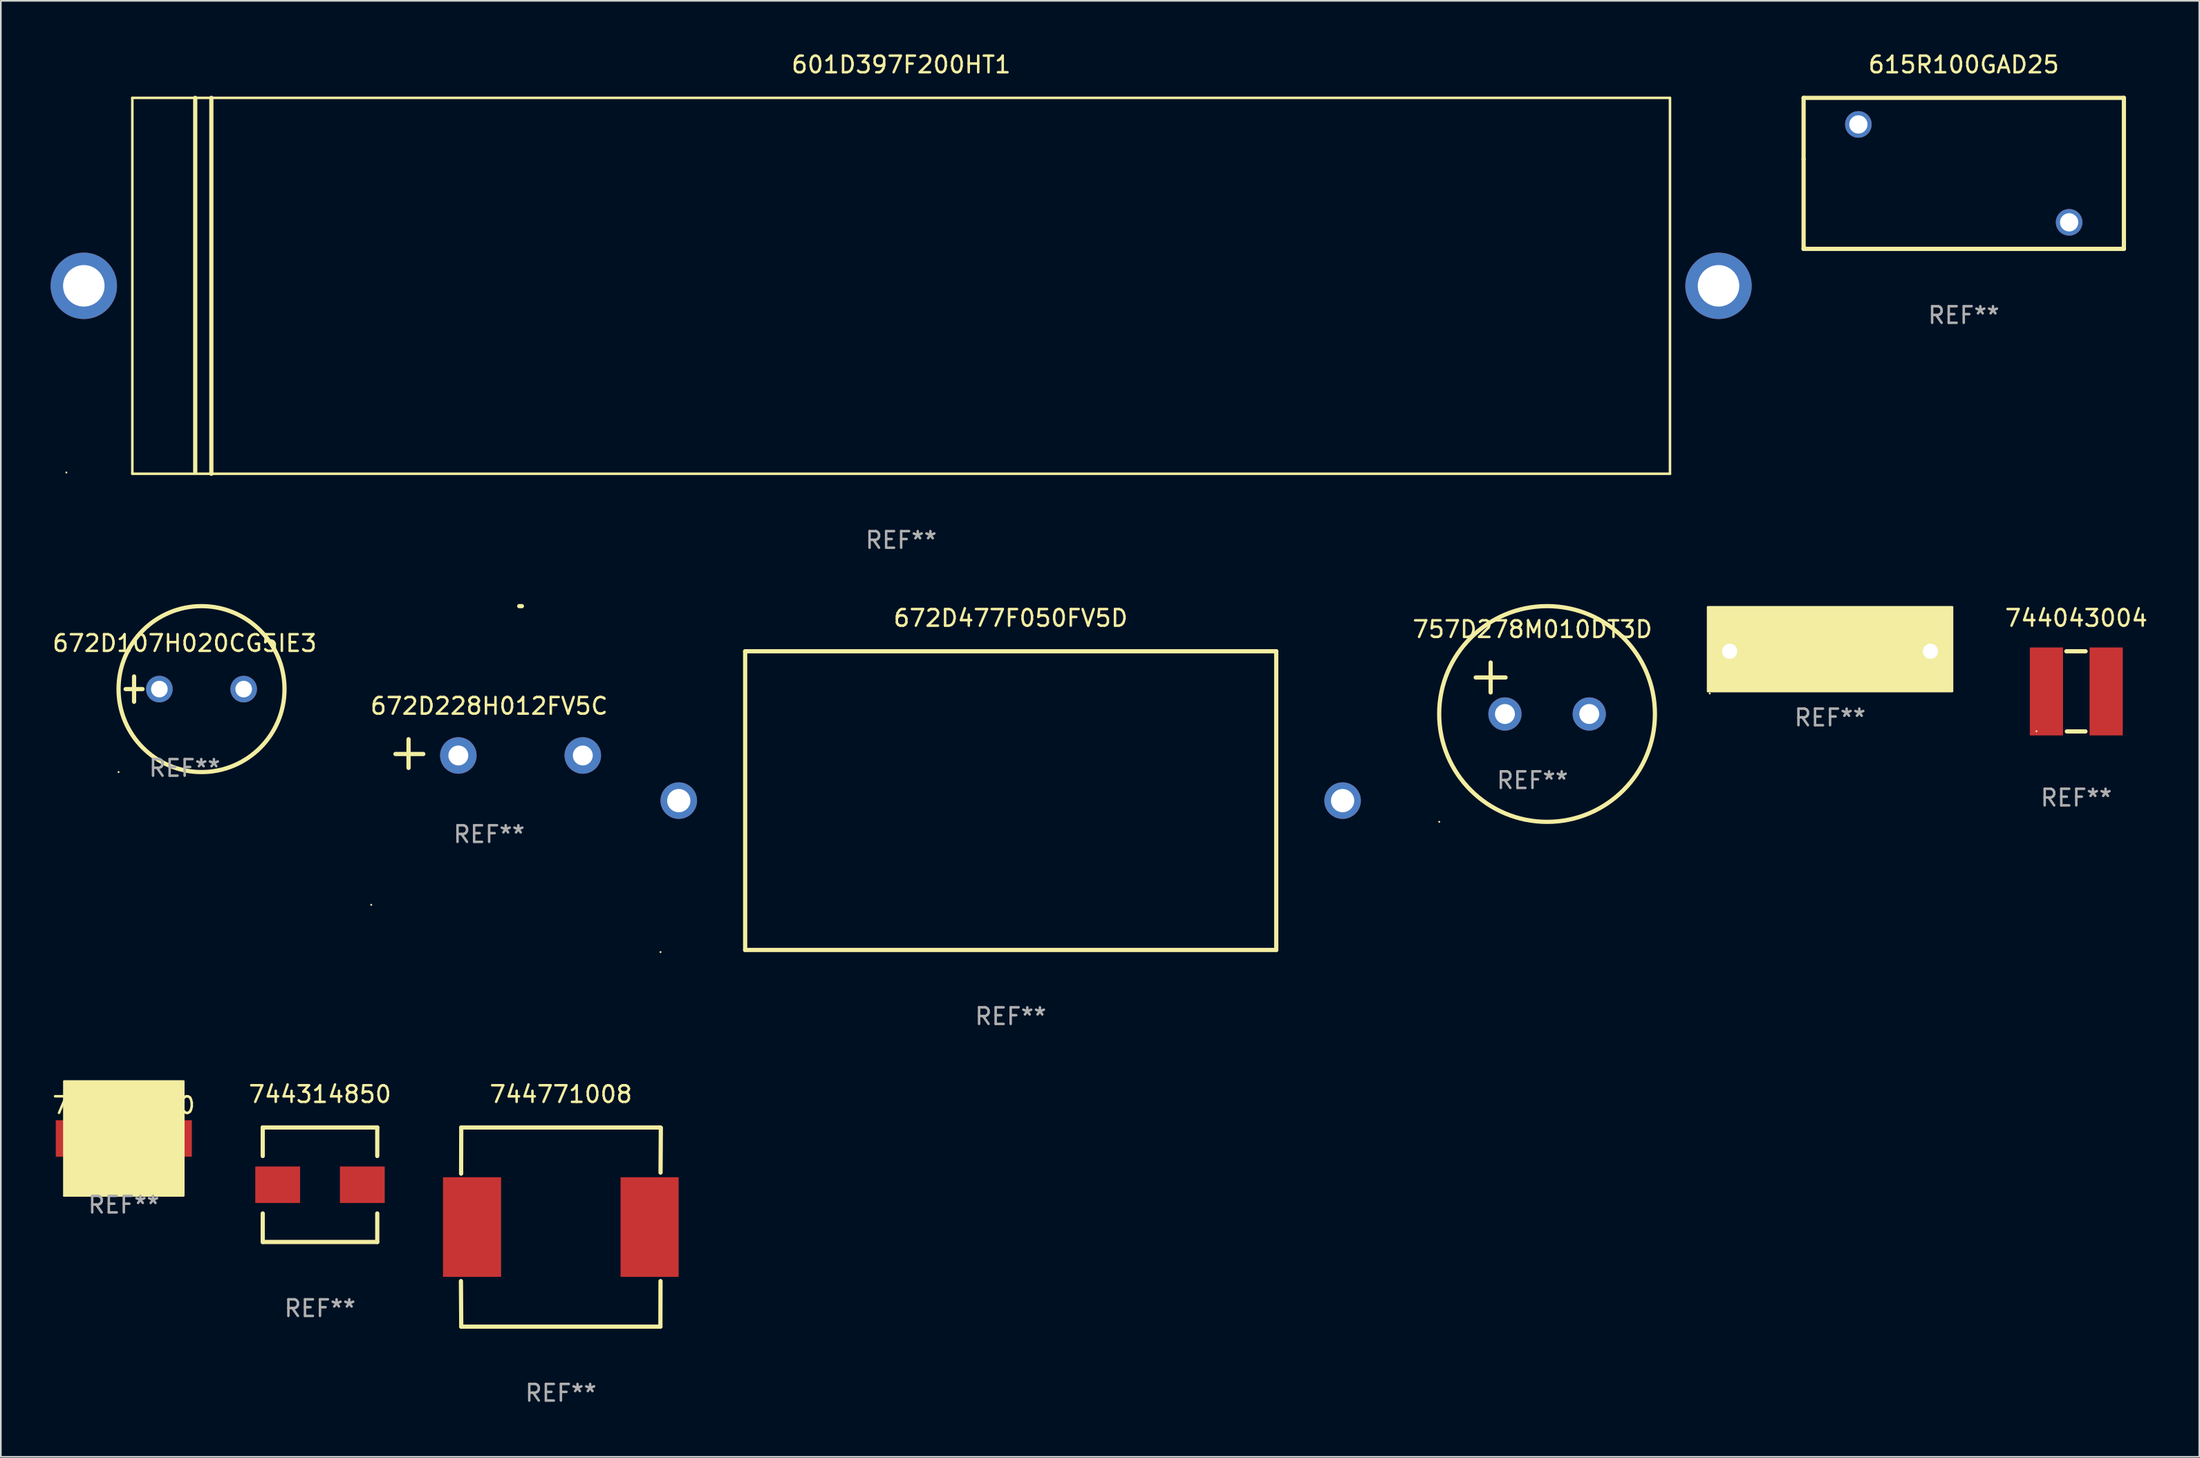
<source format=kicad_pcb>
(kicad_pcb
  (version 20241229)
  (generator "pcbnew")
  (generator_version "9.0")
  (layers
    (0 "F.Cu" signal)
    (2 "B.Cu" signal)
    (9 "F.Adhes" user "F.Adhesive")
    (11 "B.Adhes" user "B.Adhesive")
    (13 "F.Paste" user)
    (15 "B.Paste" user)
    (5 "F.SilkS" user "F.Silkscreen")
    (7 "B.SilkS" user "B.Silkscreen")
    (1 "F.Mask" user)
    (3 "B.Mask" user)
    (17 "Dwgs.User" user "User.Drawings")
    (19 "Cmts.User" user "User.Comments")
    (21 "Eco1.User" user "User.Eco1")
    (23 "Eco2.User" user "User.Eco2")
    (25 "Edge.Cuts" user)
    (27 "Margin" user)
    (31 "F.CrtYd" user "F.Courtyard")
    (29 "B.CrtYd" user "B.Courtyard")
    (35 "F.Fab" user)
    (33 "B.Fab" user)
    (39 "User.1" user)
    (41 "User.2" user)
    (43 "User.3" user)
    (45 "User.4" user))
  (footprint "672D228H012FV5C"
    (layer "F.Cu")
    (at 26.423 42.362)
    (property "Reference" "672D228H012FV5C" (at 0 -2.864 0) (layer "F.SilkS") (effects (font (size 1 1) (thickness 0.15))))
    (attr through_hole)
    (fp_line (start -4.856 0.864) (end -4.856 -0.864) (stroke (width 0.254) (type solid)) (layer "F.SilkS"))
    (fp_line (start -3.967 0.025) (end -5.644 0.025) (stroke (width 0.254) (type solid)) (layer "F.SilkS"))
    (fp_arc (start 1.815024 -8.885649) (mid 1.893764 -8.88599) (end 1.972504 -8.885649) (stroke (width 0.254001) (type solid)) (layer "F.SilkS"))
    (fp_circle (center -7.106 9.114) (end -7.076 9.114) (stroke (width 0.06) (type solid)) (fill no) (layer "F.SilkS"))
    (fp_text user "REF**" (at 0 4.864 0) (layer "F.Fab") (effects (font (size 1 1) (thickness 0.15))))
    (pad "1" thru_hole circle (at -1.856 0.114) (size 2.2 2.2) (drill 1.2) (layers "*.Cu" "*.Mask"))
    (pad "2" thru_hole circle (at 5.644 0.114) (size 2.2 2.2) (drill 1.2) (layers "*.Cu" "*.Mask")))
  (footprint "87043-73_RN"
    (layer "F.Cu")
    (at 107.222 36.197)
    (property "Reference" "87043-73_RN" (at 0 -2 0) (layer "F.SilkS") (effects (font (size 1 1) (thickness 0.15))))
    (attr through_hole)
    (fp_circle (center -7.25 2.54) (end -7.22 2.54) (stroke (width 0.06) (type solid)) (fill no) (layer "F.SilkS"))
    (fp_poly (pts (xy -7.366 -2.667) (xy 7.366 -2.667) (xy 7.366 2.413) (xy -7.366 2.413)) (stroke (width 0.12) (type solid)) (fill yes) (layer "F.SilkS"))
    (fp_text user "REF**" (at 0 4 0) (layer "F.Fab") (effects (font (size 1 1) (thickness 0.15))))
    (pad "1" thru_hole circle (at -6.05 0) (size 1.524 1.524) (drill 0.914) (layers "*.Cu" "*.Mask"))
    (pad "2" thru_hole circle (at 6.05 0) (size 1.524 1.524) (drill 0.914) (layers "*.Cu" "*.Mask")))
  (footprint "601D397F200HT1"
    (layer "F.Cu")
    (at 51.25 14.174)
    (property "Reference" "601D397F200HT1" (at 0 -13.326 0) (layer "F.SilkS") (effects (font (size 1 1) (thickness 0.15))))
    (attr through_hole)
    (fp_line (start -46.326 -11.326) (end 46.326 -11.326) (stroke (width 0.152) (type solid)) (layer "F.SilkS"))
    (fp_line (start -46.326 11.326) (end -46.326 -11.326) (stroke (width 0.152) (type solid)) (layer "F.SilkS"))
    (fp_line (start -42.537 -11.326) (end -42.537 11.2) (stroke (width 0.254) (type solid)) (layer "F.SilkS"))
    (fp_line (start -41.565 -11.326) (end -41.565 11.326) (stroke (width 0.254) (type solid)) (layer "F.SilkS"))
    (fp_line (start 46.326 -11.326) (end 46.326 11.326) (stroke (width 0.152) (type solid)) (layer "F.SilkS"))
    (fp_line (start 46.326 11.326) (end -46.326 11.326) (stroke (width 0.152) (type solid)) (layer "F.SilkS"))
    (fp_circle (center -50.3 11.25) (end -50.27 11.25) (stroke (width 0.06) (type solid)) (fill no) (layer "F.SilkS"))
    (fp_text user "REF**" (at 0 15.326 0) (layer "F.Fab") (effects (font (size 1 1) (thickness 0.15))))
    (pad "1" thru_hole circle (at -49.25 -0.000013) (size 4 4) (drill 2.5) (layers "*.Cu" "*.Mask"))
    (pad "2" thru_hole circle (at 49.25 -0.000013) (size 4 4) (drill 2.5) (layers "*.Cu" "*.Mask")))
  (footprint "615R100GAD25"
    (layer "F.Cu")
    (at 115.277 7.398)
    (property "Reference" "615R100GAD25" (at 0 -6.55 0) (layer "F.SilkS") (effects (font (size 1 1) (thickness 0.15))))
    (attr through_hole)
    (fp_line (start -9.65 -4.55) (end -9.65 -0.85) (stroke (width 0.254) (type solid)) (layer "F.SilkS"))
    (fp_line (start -9.65 -0.85) (end -9.65 4.55) (stroke (width 0.254) (type solid)) (layer "F.SilkS"))
    (fp_line (start -9.65 4.55) (end 9.65 4.55) (stroke (width 0.254) (type solid)) (layer "F.SilkS"))
    (fp_line (start 9.65 -4.55) (end -9.65 -4.55) (stroke (width 0.254) (type solid)) (layer "F.SilkS"))
    (fp_line (start 9.65 4.55) (end 9.65 -4.55) (stroke (width 0.254) (type solid)) (layer "F.SilkS"))
    (fp_circle (center -9.55 4.45) (end -9.52 4.45) (stroke (width 0.06) (type solid)) (fill no) (layer "F.SilkS"))
    (fp_text user "REF**" (at 0 8.55 0) (layer "F.Fab") (effects (font (size 1 1) (thickness 0.15))))
    (pad "1" thru_hole circle (at -6.35 -2.95) (size 1.6 1.6) (drill 1.1) (layers "*.Cu" "*.Mask"))
    (pad "2" thru_hole circle (at 6.35 2.95) (size 1.6 1.6) (drill 1.1) (layers "*.Cu" "*.Mask")))
  (footprint "672D477F050FV5D"
    (layer "F.Cu")
    (at 57.85 45.197)
    (property "Reference" "672D477F050FV5D" (at 0 -11 0) (layer "F.SilkS") (effects (font (size 1 1) (thickness 0.15))))
    (attr through_hole)
    (fp_line (start -16 -9) (end 16 -9) (stroke (width 0.254) (type solid)) (layer "F.SilkS"))
    (fp_line (start -16 9) (end -16 -9) (stroke (width 0.254) (type solid)) (layer "F.SilkS"))
    (fp_line (start 16 -9) (end 16 9) (stroke (width 0.254) (type solid)) (layer "F.SilkS"))
    (fp_line (start 16 9) (end -16 9) (stroke (width 0.254) (type solid)) (layer "F.SilkS"))
    (fp_circle (center -21.1 9.127) (end -21.07 9.127) (stroke (width 0.06) (type solid)) (fill no) (layer "F.SilkS"))
    (fp_text user "REF**" (at 0 13 0) (layer "F.Fab") (effects (font (size 1 1) (thickness 0.15))))
    (pad "1" thru_hole circle (at -20 0) (size 2.2 2.2) (drill 1.4) (layers "*.Cu" "*.Mask"))
    (pad "2" thru_hole circle (at 20 0) (size 2.2 2.2) (drill 1.4) (layers "*.Cu" "*.Mask")))
  (footprint "744043004"
    (layer "F.Cu")
    (at 122.059 38.612)
    (property "Reference" "744043004" (at 0 -4.415 0) (layer "F.SilkS") (effects (font (size 1 1) (thickness 0.15))))
    (attr through_hole)
    (fp_line (start -0.6 -2.415) (end 0.56 -2.415) (stroke (width 0.254) (type solid)) (layer "F.SilkS"))
    (fp_line (start -0.57 2.415) (end 0.55 2.415) (stroke (width 0.254) (type solid)) (layer "F.SilkS"))
    (fp_circle (center -2.4 2.405) (end -2.37 2.405) (stroke (width 0.06) (type solid)) (fill no) (layer "F.SilkS"))
    (fp_text user "REF**" (at 0 6.415 0) (layer "F.Fab") (effects (font (size 1 1) (thickness 0.15))))
    (pad "1" smd rect (at -1.8 0.005) (size 2 5.3) (layers "F.Cu" "F.Mask" "F.Paste"))
    (pad "2" smd rect (at 1.8 0.005) (size 2 5.3) (layers "F.Cu" "F.Mask" "F.Paste")))
  (footprint "757D278M010DT3D"
    (layer "F.Cu")
    (at 89.29 38.426)
    (property "Reference" "757D278M010DT3D" (at 0 -3.55 0) (layer "F.SilkS") (effects (font (size 1 1) (thickness 0.15))))
    (attr through_hole)
    (fp_line (start -3.421 -0.65) (end -1.621 -0.65) (stroke (width 0.254) (type solid)) (layer "F.SilkS"))
    (fp_line (start -2.521 -1.55) (end -2.521 0.25) (stroke (width 0.254) (type solid)) (layer "F.SilkS"))
    (fp_circle (center -5.619 8.05) (end -5.589 8.05) (stroke (width 0.06) (type solid)) (fill no) (layer "F.SilkS"))
    (fp_circle (center 0.879 1.55) (end 7.379 1.55) (stroke (width 0.254) (type solid)) (fill no) (layer "F.SilkS"))
    (fp_text user "REF**" (at 0 5.55 0) (layer "F.Fab") (effects (font (size 1 1) (thickness 0.15))))
    (pad "1" thru_hole circle (at -1.659 1.55) (size 2 2) (drill 1.2) (layers "*.Cu" "*.Mask"))
    (pad "2" thru_hole circle (at 3.421 1.55) (size 2 2) (drill 1.2) (layers "*.Cu" "*.Mask")))
  (footprint "744771008"
    (layer "F.Cu")
    (at 30.747 70.894)
    (property "Reference" "744771008" (at 0 -8 0) (layer "F.SilkS") (effects (font (size 1 1) (thickness 0.15))))
    (attr through_hole)
    (fp_line (start -6.012 -3.22) (end -6.004 -6) (stroke (width 0.254) (type solid)) (layer "F.SilkS"))
    (fp_line (start -6.004 -6) (end 5.996 -6) (stroke (width 0.254) (type solid)) (layer "F.SilkS"))
    (fp_line (start -6.004 6) (end -6.023 3.258) (stroke (width 0.254) (type solid)) (layer "F.SilkS"))
    (fp_line (start -6.004 6) (end 5.996 6) (stroke (width 0.254) (type solid)) (layer "F.SilkS"))
    (fp_line (start 5.996 6) (end 6.003 3.258) (stroke (width 0.254) (type solid)) (layer "F.SilkS"))
    (fp_line (start 6.005 -3.282) (end 6.023 -5.98) (stroke (width 0.254) (type solid)) (layer "F.SilkS"))
    (fp_circle (center -6.004 6) (end -5.974 6) (stroke (width 0.06) (type solid)) (fill no) (layer "F.SilkS"))
    (fp_text user "REF**" (at 0 10 0) (layer "F.Fab") (effects (font (size 1 1) (thickness 0.15))))
    (pad "1" smd rect (at -5.354 0) (size 3.5 6) (layers "F.Cu" "F.Mask" "F.Paste"))
    (pad "2" smd rect (at 5.346 0) (size 3.5 6) (layers "F.Cu" "F.Mask" "F.Paste")))
  (footprint "744311220"
    (layer "F.Cu")
    (at 4.411 65.556)
    (property "Reference" "744311220" (at 0 -2 0) (layer "F.SilkS") (effects (font (size 1 1) (thickness 0.15))))
    (attr through_hole)
    (fp_circle (center -3.6 3.45) (end -3.57 3.45) (stroke (width 0.06) (type solid)) (fill no) (layer "F.SilkS"))
    (fp_poly (pts (xy -3.6 -3.45) (xy 3.6 -3.45) (xy 3.6 3.45) (xy -3.6 3.45)) (stroke (width 0.12) (type solid)) (fill yes) (layer "F.SilkS"))
    (fp_text user "REF**" (at 0 4 0) (layer "F.Fab") (effects (font (size 1 1) (thickness 0.15))))
    (pad "1" smd rect (at -3 0) (size 2.2 2.2) (layers "F.Cu" "F.Mask" "F.Paste"))
    (pad "2" smd rect (at 3 0) (size 2.2 2.2) (layers "F.Cu" "F.Mask" "F.Paste")))
  (footprint "744314850"
    (layer "F.Cu")
    (at 16.232 68.344)
    (property "Reference" "744314850" (at 0 -5.45 0) (layer "F.SilkS") (effects (font (size 1 1) (thickness 0.15))))
    (attr through_hole)
    (fp_line (start -3.45 -3.45) (end -3.45 -1.731) (stroke (width 0.254) (type solid)) (layer "F.SilkS"))
    (fp_line (start -3.45 -3.45) (end 3.45 -3.45) (stroke (width 0.254) (type solid)) (layer "F.SilkS"))
    (fp_line (start -3.45 1.731) (end -3.45 3.45) (stroke (width 0.254) (type solid)) (layer "F.SilkS"))
    (fp_line (start -3.45 3.45) (end 3.45 3.45) (stroke (width 0.254) (type solid)) (layer "F.SilkS"))
    (fp_line (start 3.45 -1.731) (end 3.45 -3.45) (stroke (width 0.254) (type solid)) (layer "F.SilkS"))
    (fp_line (start 3.45 3.45) (end 3.45 1.731) (stroke (width 0.254) (type solid)) (layer "F.SilkS"))
    (fp_circle (center -3.5 -3.45) (end -3.47 -3.45) (stroke (width 0.06) (type solid)) (fill no) (layer "F.SilkS"))
    (fp_text user "REF**" (at 0 7.45 0) (layer "F.Fab") (effects (font (size 1 1) (thickness 0.15))))
    (pad "1" smd rect (at -2.55 0) (size 2.7 2.2) (layers "F.Cu" "F.Mask" "F.Paste"))
    (pad "2" smd rect (at 2.55 0) (size 2.7 2.2) (layers "F.Cu" "F.Mask" "F.Paste")))
  (footprint "672D107H020CG5IE3"
    (layer "F.Cu")
    (at 8.077 38.476)
    (property "Reference" "672D107H020CG5IE3" (at 0 -2.762 0) (layer "F.SilkS") (effects (font (size 1 1) (thickness 0.15))))
    (attr through_hole)
    (fp_line (start -3.556 0) (end -2.54 0) (stroke (width 0.254) (type solid)) (layer "F.SilkS"))
    (fp_line (start -3.048 -0.762) (end -3.048 0.762) (stroke (width 0.254) (type solid)) (layer "F.SilkS"))
    (fp_circle (center -3.984 5) (end -3.954 5) (stroke (width 0.06) (type solid)) (fill no) (layer "F.SilkS"))
    (fp_circle (center 1.016 0) (end 6.016 0) (stroke (width 0.254) (type solid)) (fill no) (layer "F.SilkS"))
    (fp_text user "REF**" (at 0 4.762 0) (layer "F.Fab") (effects (font (size 1 1) (thickness 0.15))))
    (pad "1" thru_hole circle (at -1.524 0) (size 1.6 1.6) (drill 1) (layers "*.Cu" "*.Mask"))
    (pad "2" thru_hole circle (at 3.556 0) (size 1.6 1.6) (drill 1) (layers "*.Cu" "*.Mask")))
  (gr_rect
    (start -3 -3)
    (end 129.47 84.742)
    (stroke (width 0.1) (type default))
    (fill no)
    (layer "Edge.Cuts")))
</source>
